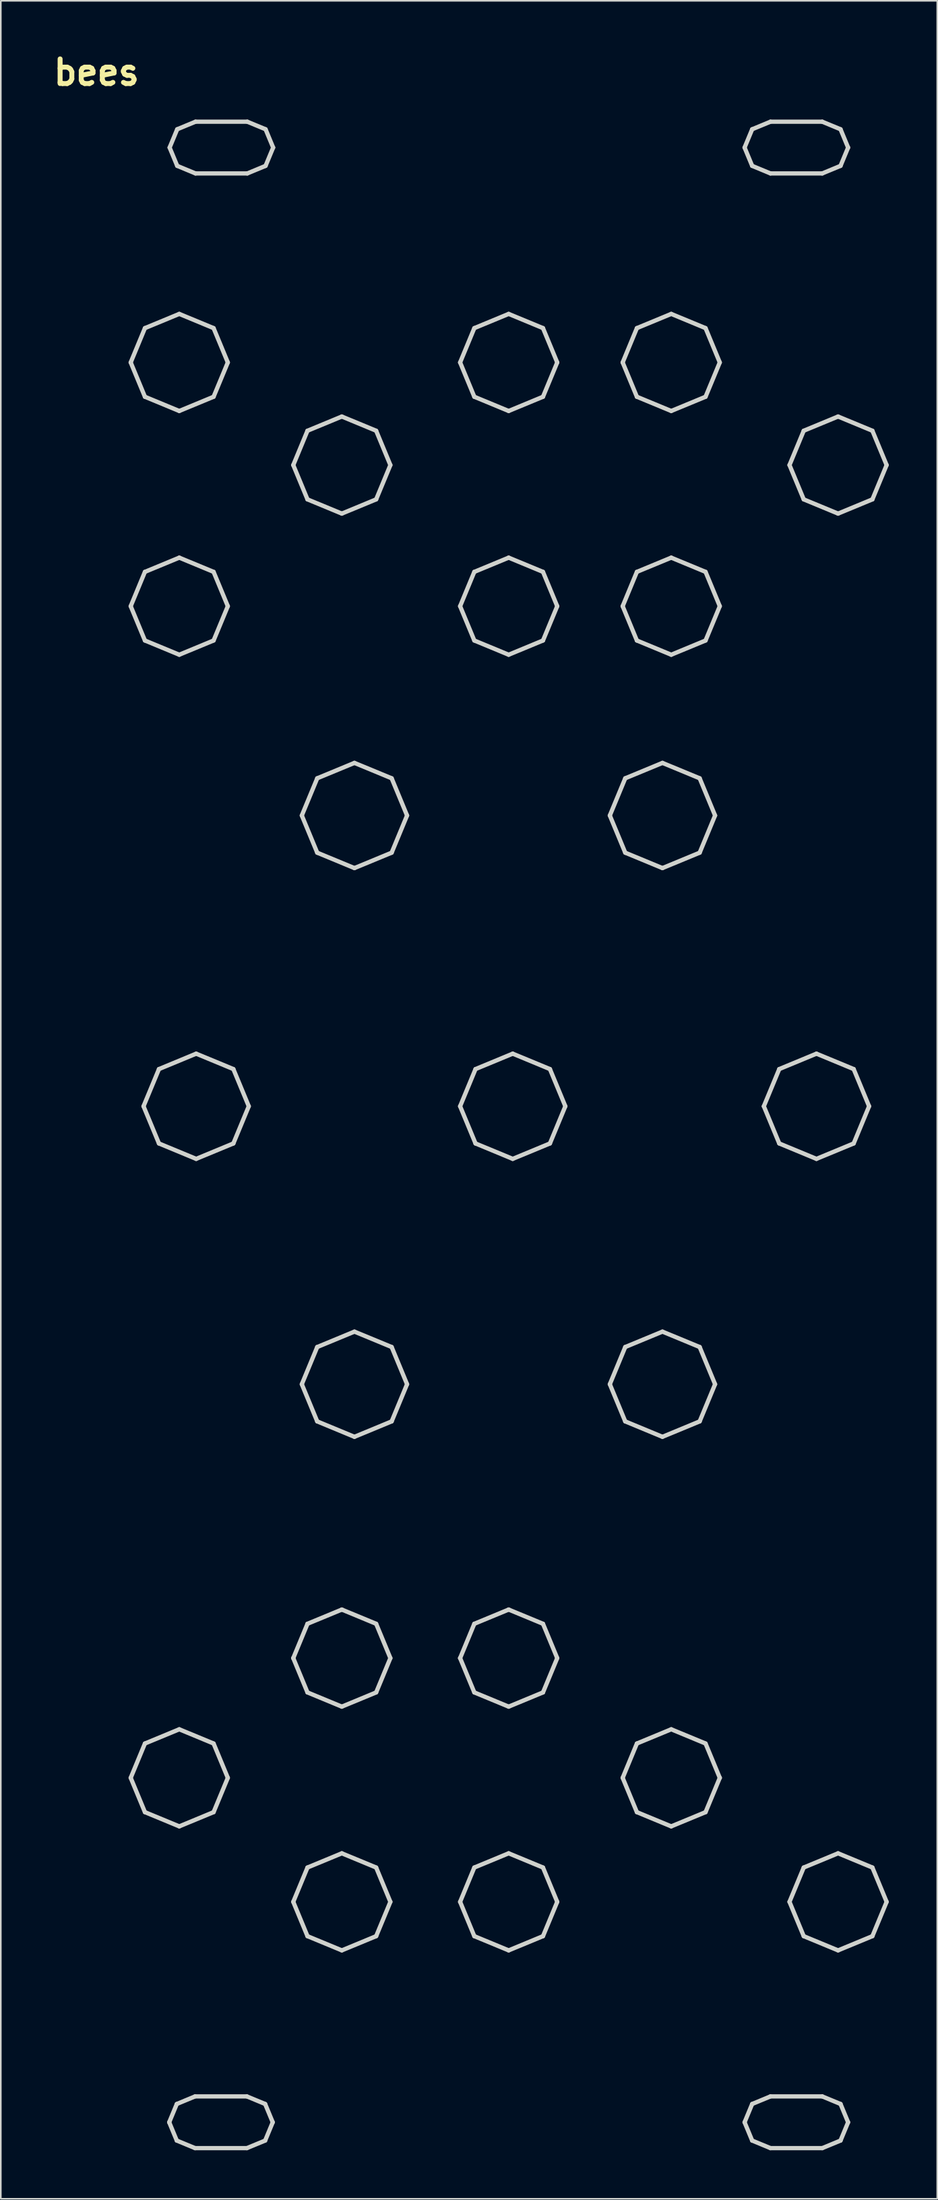
<source format=kicad_pcb>
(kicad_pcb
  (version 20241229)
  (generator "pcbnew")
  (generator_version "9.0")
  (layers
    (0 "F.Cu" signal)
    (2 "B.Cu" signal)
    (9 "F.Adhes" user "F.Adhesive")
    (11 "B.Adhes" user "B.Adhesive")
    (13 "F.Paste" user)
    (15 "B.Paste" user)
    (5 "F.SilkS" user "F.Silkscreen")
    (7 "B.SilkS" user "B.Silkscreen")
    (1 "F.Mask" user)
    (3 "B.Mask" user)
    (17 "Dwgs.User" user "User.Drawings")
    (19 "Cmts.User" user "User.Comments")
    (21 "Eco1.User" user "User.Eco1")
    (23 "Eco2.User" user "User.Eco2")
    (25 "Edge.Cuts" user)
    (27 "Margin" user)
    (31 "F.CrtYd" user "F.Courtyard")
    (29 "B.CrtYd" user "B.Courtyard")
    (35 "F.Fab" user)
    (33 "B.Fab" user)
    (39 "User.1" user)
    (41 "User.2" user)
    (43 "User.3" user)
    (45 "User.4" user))
  (footprint "bees"
    (layer "F.Cu")
    (at 2.917 2.875)
    (property "Reference" "bees" (at 0 -1.448 0) (layer "F.SilkS") (effects (font (size 1.524 1.524) (thickness 0.305))))
    (attr exclude_from_pos_files exclude_from_bom)
    (fp_line (start 2.117 104.003) (end 2.996 106.125) (stroke (width 0.264) (type solid)) (layer "Edge.Cuts"))
    (fp_line (start 2.117 16.486) (end 2.996 14.364) (stroke (width 0.264) (type solid)) (layer "Edge.Cuts"))
    (fp_line (start 2.117 31.557) (end 2.996 29.435) (stroke (width 0.264) (type solid)) (layer "Edge.Cuts"))
    (fp_line (start 2.91 62.478) (end 3.864 60.179) (stroke (width 0.264) (type solid)) (layer "Edge.Cuts"))
    (fp_line (start 2.996 101.881) (end 2.117 104.003) (stroke (width 0.264) (type solid)) (layer "Edge.Cuts"))
    (fp_line (start 2.996 14.364) (end 5.12 13.485) (stroke (width 0.264) (type solid)) (layer "Edge.Cuts"))
    (fp_line (start 2.996 18.608) (end 2.117 16.486) (stroke (width 0.264) (type solid)) (layer "Edge.Cuts"))
    (fp_line (start 2.996 29.435) (end 5.12 28.556) (stroke (width 0.264) (type solid)) (layer "Edge.Cuts"))
    (fp_line (start 2.996 33.679) (end 2.117 31.557) (stroke (width 0.264) (type solid)) (layer "Edge.Cuts"))
    (fp_line (start 2.996 106.125) (end 5.12 107.004) (stroke (width 0.264) (type solid)) (layer "Edge.Cuts"))
    (fp_line (start 3.864 60.179) (end 6.165 59.226) (stroke (width 0.264) (type solid)) (layer "Edge.Cuts"))
    (fp_line (start 3.864 64.778) (end 2.91 62.478) (stroke (width 0.264) (type solid)) (layer "Edge.Cuts"))
    (fp_line (start 4.498 125.301) (end 4.967 124.17) (stroke (width 0.264) (type solid)) (layer "Edge.Cuts"))
    (fp_line (start 4.524 3.199) (end 4.993 2.068) (stroke (width 0.264) (type solid)) (layer "Edge.Cuts"))
    (fp_line (start 4.967 124.17) (end 6.099 123.701) (stroke (width 0.264) (type solid)) (layer "Edge.Cuts"))
    (fp_line (start 4.967 126.432) (end 4.498 125.301) (stroke (width 0.264) (type solid)) (layer "Edge.Cuts"))
    (fp_line (start 4.993 2.068) (end 6.125 1.6) (stroke (width 0.264) (type solid)) (layer "Edge.Cuts"))
    (fp_line (start 4.993 4.33) (end 4.524 3.199) (stroke (width 0.264) (type solid)) (layer "Edge.Cuts"))
    (fp_line (start 5.12 101.002) (end 2.996 101.881) (stroke (width 0.264) (type solid)) (layer "Edge.Cuts"))
    (fp_line (start 5.12 107.004) (end 7.243 106.125) (stroke (width 0.264) (type solid)) (layer "Edge.Cuts"))
    (fp_line (start 5.12 13.485) (end 7.243 14.364) (stroke (width 0.264) (type solid)) (layer "Edge.Cuts"))
    (fp_line (start 5.12 19.487) (end 2.996 18.608) (stroke (width 0.264) (type solid)) (layer "Edge.Cuts"))
    (fp_line (start 5.12 28.556) (end 7.243 29.435) (stroke (width 0.264) (type solid)) (layer "Edge.Cuts"))
    (fp_line (start 5.12 34.558) (end 2.996 33.679) (stroke (width 0.264) (type solid)) (layer "Edge.Cuts"))
    (fp_line (start 6.099 123.701) (end 9.3 123.701) (stroke (width 0.264) (type solid)) (layer "Edge.Cuts"))
    (fp_line (start 6.099 126.9) (end 4.967 126.432) (stroke (width 0.264) (type solid)) (layer "Edge.Cuts"))
    (fp_line (start 6.125 1.6) (end 9.327 1.6) (stroke (width 0.264) (type solid)) (layer "Edge.Cuts"))
    (fp_line (start 6.125 4.799) (end 4.993 4.33) (stroke (width 0.264) (type solid)) (layer "Edge.Cuts"))
    (fp_line (start 6.165 59.226) (end 8.466 60.179) (stroke (width 0.264) (type solid)) (layer "Edge.Cuts"))
    (fp_line (start 6.165 65.731) (end 3.864 64.778) (stroke (width 0.264) (type solid)) (layer "Edge.Cuts"))
    (fp_line (start 7.243 106.125) (end 8.123 104.003) (stroke (width 0.264) (type solid)) (layer "Edge.Cuts"))
    (fp_line (start 7.243 14.364) (end 8.123 16.486) (stroke (width 0.264) (type solid)) (layer "Edge.Cuts"))
    (fp_line (start 7.243 18.608) (end 5.12 19.487) (stroke (width 0.264) (type solid)) (layer "Edge.Cuts"))
    (fp_line (start 7.243 29.435) (end 8.123 31.557) (stroke (width 0.264) (type solid)) (layer "Edge.Cuts"))
    (fp_line (start 7.243 33.679) (end 5.12 34.558) (stroke (width 0.264) (type solid)) (layer "Edge.Cuts"))
    (fp_line (start 7.243 101.881) (end 5.12 101.002) (stroke (width 0.264) (type solid)) (layer "Edge.Cuts"))
    (fp_line (start 8.123 104.003) (end 7.243 101.881) (stroke (width 0.264) (type solid)) (layer "Edge.Cuts"))
    (fp_line (start 8.123 16.486) (end 7.243 18.608) (stroke (width 0.264) (type solid)) (layer "Edge.Cuts"))
    (fp_line (start 8.123 31.557) (end 7.243 33.679) (stroke (width 0.264) (type solid)) (layer "Edge.Cuts"))
    (fp_line (start 8.466 60.179) (end 9.419 62.478) (stroke (width 0.264) (type solid)) (layer "Edge.Cuts"))
    (fp_line (start 8.466 64.778) (end 6.165 65.731) (stroke (width 0.264) (type solid)) (layer "Edge.Cuts"))
    (fp_line (start 9.3 123.701) (end 10.432 124.17) (stroke (width 0.264) (type solid)) (layer "Edge.Cuts"))
    (fp_line (start 9.3 126.9) (end 6.099 126.9) (stroke (width 0.264) (type solid)) (layer "Edge.Cuts"))
    (fp_line (start 9.327 1.6) (end 10.458 2.068) (stroke (width 0.264) (type solid)) (layer "Edge.Cuts"))
    (fp_line (start 9.327 4.799) (end 6.125 4.799) (stroke (width 0.264) (type solid)) (layer "Edge.Cuts"))
    (fp_line (start 9.419 62.478) (end 8.466 64.778) (stroke (width 0.264) (type solid)) (layer "Edge.Cuts"))
    (fp_line (start 10.432 124.17) (end 10.901 125.301) (stroke (width 0.264) (type solid)) (layer "Edge.Cuts"))
    (fp_line (start 10.432 126.432) (end 9.3 126.9) (stroke (width 0.264) (type solid)) (layer "Edge.Cuts"))
    (fp_line (start 10.458 2.068) (end 10.927 3.199) (stroke (width 0.264) (type solid)) (layer "Edge.Cuts"))
    (fp_line (start 10.458 4.33) (end 9.327 4.799) (stroke (width 0.264) (type solid)) (layer "Edge.Cuts"))
    (fp_line (start 10.901 125.301) (end 10.432 126.432) (stroke (width 0.264) (type solid)) (layer "Edge.Cuts"))
    (fp_line (start 10.927 3.199) (end 10.458 4.33) (stroke (width 0.264) (type solid)) (layer "Edge.Cuts"))
    (fp_line (start 12.171 22.831) (end 13.05 20.709) (stroke (width 0.264) (type solid)) (layer "Edge.Cuts"))
    (fp_line (start 12.171 96.6) (end 12.171 96.6) (stroke (width 0.264) (type solid)) (layer "Edge.Cuts"))
    (fp_line (start 12.171 96.6) (end 13.05 98.722) (stroke (width 0.264) (type solid)) (layer "Edge.Cuts"))
    (fp_line (start 12.171 111.671) (end 13.05 113.793) (stroke (width 0.264) (type solid)) (layer "Edge.Cuts"))
    (fp_line (start 12.7 44.499) (end 13.653 42.199) (stroke (width 0.264) (type solid)) (layer "Edge.Cuts"))
    (fp_line (start 12.7 79.665) (end 13.653 77.365) (stroke (width 0.264) (type solid)) (layer "Edge.Cuts"))
    (fp_line (start 13.05 24.953) (end 12.171 22.831) (stroke (width 0.264) (type solid)) (layer "Edge.Cuts"))
    (fp_line (start 13.05 94.478) (end 12.171 96.6) (stroke (width 0.264) (type solid)) (layer "Edge.Cuts"))
    (fp_line (start 13.05 109.549) (end 12.171 111.671) (stroke (width 0.264) (type solid)) (layer "Edge.Cuts"))
    (fp_line (start 13.05 113.793) (end 15.174 114.672) (stroke (width 0.264) (type solid)) (layer "Edge.Cuts"))
    (fp_line (start 13.05 20.709) (end 15.174 19.83) (stroke (width 0.264) (type solid)) (layer "Edge.Cuts"))
    (fp_line (start 13.05 98.722) (end 15.174 99.601) (stroke (width 0.264) (type solid)) (layer "Edge.Cuts"))
    (fp_line (start 13.653 42.199) (end 15.954 41.247) (stroke (width 0.264) (type solid)) (layer "Edge.Cuts"))
    (fp_line (start 13.653 77.365) (end 15.954 76.413) (stroke (width 0.264) (type solid)) (layer "Edge.Cuts"))
    (fp_line (start 13.653 81.964) (end 12.7 79.665) (stroke (width 0.264) (type solid)) (layer "Edge.Cuts"))
    (fp_line (start 13.653 46.799) (end 12.7 44.499) (stroke (width 0.264) (type solid)) (layer "Edge.Cuts"))
    (fp_line (start 15.174 19.83) (end 17.297 20.709) (stroke (width 0.264) (type solid)) (layer "Edge.Cuts"))
    (fp_line (start 15.174 25.832) (end 13.05 24.953) (stroke (width 0.264) (type solid)) (layer "Edge.Cuts"))
    (fp_line (start 15.174 93.599) (end 13.05 94.478) (stroke (width 0.264) (type solid)) (layer "Edge.Cuts"))
    (fp_line (start 15.174 93.599) (end 15.174 93.599) (stroke (width 0.264) (type solid)) (layer "Edge.Cuts"))
    (fp_line (start 15.174 99.601) (end 17.297 98.722) (stroke (width 0.264) (type solid)) (layer "Edge.Cuts"))
    (fp_line (start 15.174 108.67) (end 13.05 109.549) (stroke (width 0.264) (type solid)) (layer "Edge.Cuts"))
    (fp_line (start 15.174 114.672) (end 17.297 113.793) (stroke (width 0.264) (type solid)) (layer "Edge.Cuts"))
    (fp_line (start 15.954 41.247) (end 18.256 42.199) (stroke (width 0.264) (type solid)) (layer "Edge.Cuts"))
    (fp_line (start 15.954 47.751) (end 13.653 46.799) (stroke (width 0.264) (type solid)) (layer "Edge.Cuts"))
    (fp_line (start 15.954 76.413) (end 18.256 77.365) (stroke (width 0.264) (type solid)) (layer "Edge.Cuts"))
    (fp_line (start 15.954 82.917) (end 13.653 81.964) (stroke (width 0.264) (type solid)) (layer "Edge.Cuts"))
    (fp_line (start 17.297 20.709) (end 18.177 22.831) (stroke (width 0.264) (type solid)) (layer "Edge.Cuts"))
    (fp_line (start 17.297 98.722) (end 18.177 96.6) (stroke (width 0.264) (type solid)) (layer "Edge.Cuts"))
    (fp_line (start 17.297 24.953) (end 15.174 25.832) (stroke (width 0.264) (type solid)) (layer "Edge.Cuts"))
    (fp_line (start 17.297 94.478) (end 15.174 93.599) (stroke (width 0.264) (type solid)) (layer "Edge.Cuts"))
    (fp_line (start 17.297 109.549) (end 15.174 108.67) (stroke (width 0.264) (type solid)) (layer "Edge.Cuts"))
    (fp_line (start 17.297 113.793) (end 18.177 111.671) (stroke (width 0.264) (type solid)) (layer "Edge.Cuts"))
    (fp_line (start 18.177 22.831) (end 17.297 24.953) (stroke (width 0.264) (type solid)) (layer "Edge.Cuts"))
    (fp_line (start 18.177 96.6) (end 17.297 94.478) (stroke (width 0.264) (type solid)) (layer "Edge.Cuts"))
    (fp_line (start 18.177 111.671) (end 17.297 109.549) (stroke (width 0.264) (type solid)) (layer "Edge.Cuts"))
    (fp_line (start 18.256 46.799) (end 15.954 47.751) (stroke (width 0.264) (type solid)) (layer "Edge.Cuts"))
    (fp_line (start 18.256 42.199) (end 19.209 44.499) (stroke (width 0.264) (type solid)) (layer "Edge.Cuts"))
    (fp_line (start 18.256 77.365) (end 19.209 79.665) (stroke (width 0.264) (type solid)) (layer "Edge.Cuts"))
    (fp_line (start 18.256 81.964) (end 15.954 82.917) (stroke (width 0.264) (type solid)) (layer "Edge.Cuts"))
    (fp_line (start 19.209 44.499) (end 18.256 46.799) (stroke (width 0.264) (type solid)) (layer "Edge.Cuts"))
    (fp_line (start 19.209 79.665) (end 18.256 81.964) (stroke (width 0.264) (type solid)) (layer "Edge.Cuts"))
    (fp_line (start 22.49 16.486) (end 23.369 14.364) (stroke (width 0.264) (type solid)) (layer "Edge.Cuts"))
    (fp_line (start 22.49 31.557) (end 23.369 29.435) (stroke (width 0.264) (type solid)) (layer "Edge.Cuts"))
    (fp_line (start 22.49 96.6) (end 22.49 96.6) (stroke (width 0.264) (type solid)) (layer "Edge.Cuts"))
    (fp_line (start 22.49 96.6) (end 23.369 98.722) (stroke (width 0.264) (type solid)) (layer "Edge.Cuts"))
    (fp_line (start 22.49 111.671) (end 23.369 113.793) (stroke (width 0.264) (type solid)) (layer "Edge.Cuts"))
    (fp_line (start 22.49 62.478) (end 23.443 60.179) (stroke (width 0.264) (type solid)) (layer "Edge.Cuts"))
    (fp_line (start 23.369 18.608) (end 22.49 16.486) (stroke (width 0.264) (type solid)) (layer "Edge.Cuts"))
    (fp_line (start 23.369 29.435) (end 25.493 28.556) (stroke (width 0.264) (type solid)) (layer "Edge.Cuts"))
    (fp_line (start 23.369 94.478) (end 22.49 96.6) (stroke (width 0.264) (type solid)) (layer "Edge.Cuts"))
    (fp_line (start 23.369 109.549) (end 22.49 111.671) (stroke (width 0.264) (type solid)) (layer "Edge.Cuts"))
    (fp_line (start 23.369 113.793) (end 25.493 114.672) (stroke (width 0.264) (type solid)) (layer "Edge.Cuts"))
    (fp_line (start 23.369 14.364) (end 25.493 13.485) (stroke (width 0.264) (type solid)) (layer "Edge.Cuts"))
    (fp_line (start 23.369 33.679) (end 22.49 31.557) (stroke (width 0.264) (type solid)) (layer "Edge.Cuts"))
    (fp_line (start 23.369 98.722) (end 25.493 99.601) (stroke (width 0.264) (type solid)) (layer "Edge.Cuts"))
    (fp_line (start 23.443 64.778) (end 22.49 62.478) (stroke (width 0.264) (type solid)) (layer "Edge.Cuts"))
    (fp_line (start 23.443 60.179) (end 25.744 59.226) (stroke (width 0.264) (type solid)) (layer "Edge.Cuts"))
    (fp_line (start 25.493 13.485) (end 27.616 14.364) (stroke (width 0.264) (type solid)) (layer "Edge.Cuts"))
    (fp_line (start 25.493 19.487) (end 23.369 18.608) (stroke (width 0.264) (type solid)) (layer "Edge.Cuts"))
    (fp_line (start 25.493 28.556) (end 27.616 29.435) (stroke (width 0.264) (type solid)) (layer "Edge.Cuts"))
    (fp_line (start 25.493 34.558) (end 23.369 33.679) (stroke (width 0.264) (type solid)) (layer "Edge.Cuts"))
    (fp_line (start 25.493 93.599) (end 23.369 94.478) (stroke (width 0.264) (type solid)) (layer "Edge.Cuts"))
    (fp_line (start 25.493 93.599) (end 25.493 93.599) (stroke (width 0.264) (type solid)) (layer "Edge.Cuts"))
    (fp_line (start 25.493 99.601) (end 27.616 98.722) (stroke (width 0.264) (type solid)) (layer "Edge.Cuts"))
    (fp_line (start 25.493 108.67) (end 23.369 109.549) (stroke (width 0.264) (type solid)) (layer "Edge.Cuts"))
    (fp_line (start 25.493 114.672) (end 27.616 113.793) (stroke (width 0.264) (type solid)) (layer "Edge.Cuts"))
    (fp_line (start 25.744 59.226) (end 28.045 60.179) (stroke (width 0.264) (type solid)) (layer "Edge.Cuts"))
    (fp_line (start 25.744 65.731) (end 23.443 64.778) (stroke (width 0.264) (type solid)) (layer "Edge.Cuts"))
    (fp_line (start 27.616 14.364) (end 28.496 16.486) (stroke (width 0.264) (type solid)) (layer "Edge.Cuts"))
    (fp_line (start 27.616 33.679) (end 25.493 34.558) (stroke (width 0.264) (type solid)) (layer "Edge.Cuts"))
    (fp_line (start 27.616 98.722) (end 28.496 96.6) (stroke (width 0.264) (type solid)) (layer "Edge.Cuts"))
    (fp_line (start 27.616 18.608) (end 25.493 19.487) (stroke (width 0.264) (type solid)) (layer "Edge.Cuts"))
    (fp_line (start 27.616 29.435) (end 28.496 31.557) (stroke (width 0.264) (type solid)) (layer "Edge.Cuts"))
    (fp_line (start 27.616 94.478) (end 25.493 93.599) (stroke (width 0.264) (type solid)) (layer "Edge.Cuts"))
    (fp_line (start 27.616 109.549) (end 25.493 108.67) (stroke (width 0.264) (type solid)) (layer "Edge.Cuts"))
    (fp_line (start 27.616 113.793) (end 28.496 111.671) (stroke (width 0.264) (type solid)) (layer "Edge.Cuts"))
    (fp_line (start 28.045 60.179) (end 28.998 62.478) (stroke (width 0.264) (type solid)) (layer "Edge.Cuts"))
    (fp_line (start 28.045 64.778) (end 25.744 65.731) (stroke (width 0.264) (type solid)) (layer "Edge.Cuts"))
    (fp_line (start 28.496 16.486) (end 27.616 18.608) (stroke (width 0.264) (type solid)) (layer "Edge.Cuts"))
    (fp_line (start 28.496 31.557) (end 27.616 33.679) (stroke (width 0.264) (type solid)) (layer "Edge.Cuts"))
    (fp_line (start 28.496 96.6) (end 27.616 94.478) (stroke (width 0.264) (type solid)) (layer "Edge.Cuts"))
    (fp_line (start 28.496 111.671) (end 27.616 109.549) (stroke (width 0.264) (type solid)) (layer "Edge.Cuts"))
    (fp_line (start 28.998 62.478) (end 28.045 64.778) (stroke (width 0.264) (type solid)) (layer "Edge.Cuts"))
    (fp_line (start 31.75 44.499) (end 32.703 42.199) (stroke (width 0.264) (type solid)) (layer "Edge.Cuts"))
    (fp_line (start 31.75 79.665) (end 32.703 77.365) (stroke (width 0.264) (type solid)) (layer "Edge.Cuts"))
    (fp_line (start 32.544 16.486) (end 33.423 14.364) (stroke (width 0.264) (type solid)) (layer "Edge.Cuts"))
    (fp_line (start 32.544 31.557) (end 33.423 29.435) (stroke (width 0.264) (type solid)) (layer "Edge.Cuts"))
    (fp_line (start 32.544 104.003) (end 33.423 106.125) (stroke (width 0.264) (type solid)) (layer "Edge.Cuts"))
    (fp_line (start 32.703 42.199) (end 35.004 41.247) (stroke (width 0.264) (type solid)) (layer "Edge.Cuts"))
    (fp_line (start 32.703 77.365) (end 35.004 76.413) (stroke (width 0.264) (type solid)) (layer "Edge.Cuts"))
    (fp_line (start 32.703 81.964) (end 31.75 79.665) (stroke (width 0.264) (type solid)) (layer "Edge.Cuts"))
    (fp_line (start 32.703 46.799) (end 31.75 44.499) (stroke (width 0.264) (type solid)) (layer "Edge.Cuts"))
    (fp_line (start 33.423 18.608) (end 32.544 16.486) (stroke (width 0.264) (type solid)) (layer "Edge.Cuts"))
    (fp_line (start 33.423 29.435) (end 35.547 28.556) (stroke (width 0.264) (type solid)) (layer "Edge.Cuts"))
    (fp_line (start 33.423 14.364) (end 35.547 13.485) (stroke (width 0.264) (type solid)) (layer "Edge.Cuts"))
    (fp_line (start 33.423 33.679) (end 32.544 31.557) (stroke (width 0.264) (type solid)) (layer "Edge.Cuts"))
    (fp_line (start 33.423 101.881) (end 32.544 104.003) (stroke (width 0.264) (type solid)) (layer "Edge.Cuts"))
    (fp_line (start 33.423 106.125) (end 35.547 107.004) (stroke (width 0.264) (type solid)) (layer "Edge.Cuts"))
    (fp_line (start 35.004 41.247) (end 37.306 42.199) (stroke (width 0.264) (type solid)) (layer "Edge.Cuts"))
    (fp_line (start 35.004 47.751) (end 32.703 46.799) (stroke (width 0.264) (type solid)) (layer "Edge.Cuts"))
    (fp_line (start 35.004 76.413) (end 37.306 77.365) (stroke (width 0.264) (type solid)) (layer "Edge.Cuts"))
    (fp_line (start 35.004 82.917) (end 32.703 81.964) (stroke (width 0.264) (type solid)) (layer "Edge.Cuts"))
    (fp_line (start 35.547 13.485) (end 37.67 14.364) (stroke (width 0.264) (type solid)) (layer "Edge.Cuts"))
    (fp_line (start 35.547 19.487) (end 33.423 18.608) (stroke (width 0.264) (type solid)) (layer "Edge.Cuts"))
    (fp_line (start 35.547 28.556) (end 37.67 29.435) (stroke (width 0.264) (type solid)) (layer "Edge.Cuts"))
    (fp_line (start 35.547 34.558) (end 33.423 33.679) (stroke (width 0.264) (type solid)) (layer "Edge.Cuts"))
    (fp_line (start 35.547 101.002) (end 33.423 101.881) (stroke (width 0.264) (type solid)) (layer "Edge.Cuts"))
    (fp_line (start 35.547 107.004) (end 37.67 106.125) (stroke (width 0.264) (type solid)) (layer "Edge.Cuts"))
    (fp_line (start 37.306 46.799) (end 35.004 47.751) (stroke (width 0.264) (type solid)) (layer "Edge.Cuts"))
    (fp_line (start 37.306 42.199) (end 38.259 44.499) (stroke (width 0.264) (type solid)) (layer "Edge.Cuts"))
    (fp_line (start 37.306 77.365) (end 38.259 79.665) (stroke (width 0.264) (type solid)) (layer "Edge.Cuts"))
    (fp_line (start 37.306 81.964) (end 35.004 82.917) (stroke (width 0.264) (type solid)) (layer "Edge.Cuts"))
    (fp_line (start 37.67 14.364) (end 38.55 16.486) (stroke (width 0.264) (type solid)) (layer "Edge.Cuts"))
    (fp_line (start 37.67 33.679) (end 35.547 34.558) (stroke (width 0.264) (type solid)) (layer "Edge.Cuts"))
    (fp_line (start 37.67 18.608) (end 35.547 19.487) (stroke (width 0.264) (type solid)) (layer "Edge.Cuts"))
    (fp_line (start 37.67 29.435) (end 38.55 31.557) (stroke (width 0.264) (type solid)) (layer "Edge.Cuts"))
    (fp_line (start 37.67 106.125) (end 38.55 104.003) (stroke (width 0.264) (type solid)) (layer "Edge.Cuts"))
    (fp_line (start 37.67 101.881) (end 35.547 101.002) (stroke (width 0.264) (type solid)) (layer "Edge.Cuts"))
    (fp_line (start 38.259 44.499) (end 37.306 46.799) (stroke (width 0.264) (type solid)) (layer "Edge.Cuts"))
    (fp_line (start 38.259 79.665) (end 37.306 81.964) (stroke (width 0.264) (type solid)) (layer "Edge.Cuts"))
    (fp_line (start 38.55 16.486) (end 37.67 18.608) (stroke (width 0.264) (type solid)) (layer "Edge.Cuts"))
    (fp_line (start 38.55 31.557) (end 37.67 33.679) (stroke (width 0.264) (type solid)) (layer "Edge.Cuts"))
    (fp_line (start 38.55 104.003) (end 37.67 101.881) (stroke (width 0.264) (type solid)) (layer "Edge.Cuts"))
    (fp_line (start 38.55 104.003) (end 38.55 104.003) (stroke (width 0.264) (type solid)) (layer "Edge.Cuts"))
    (fp_line (start 40.084 3.199) (end 40.553 2.068) (stroke (width 0.264) (type solid)) (layer "Edge.Cuts"))
    (fp_line (start 40.084 125.301) (end 40.553 124.17) (stroke (width 0.264) (type solid)) (layer "Edge.Cuts"))
    (fp_line (start 40.553 2.068) (end 41.685 1.6) (stroke (width 0.264) (type solid)) (layer "Edge.Cuts"))
    (fp_line (start 40.553 4.33) (end 40.084 3.199) (stroke (width 0.264) (type solid)) (layer "Edge.Cuts"))
    (fp_line (start 40.553 124.17) (end 41.685 123.701) (stroke (width 0.264) (type solid)) (layer "Edge.Cuts"))
    (fp_line (start 40.553 126.432) (end 40.084 125.301) (stroke (width 0.264) (type solid)) (layer "Edge.Cuts"))
    (fp_line (start 41.275 62.478) (end 42.228 60.179) (stroke (width 0.264) (type solid)) (layer "Edge.Cuts"))
    (fp_line (start 41.685 1.6) (end 44.887 1.6) (stroke (width 0.264) (type solid)) (layer "Edge.Cuts"))
    (fp_line (start 41.685 4.799) (end 40.553 4.33) (stroke (width 0.264) (type solid)) (layer "Edge.Cuts"))
    (fp_line (start 41.685 123.701) (end 44.887 123.701) (stroke (width 0.264) (type solid)) (layer "Edge.Cuts"))
    (fp_line (start 41.685 126.9) (end 40.553 126.432) (stroke (width 0.264) (type solid)) (layer "Edge.Cuts"))
    (fp_line (start 42.228 64.778) (end 41.275 62.478) (stroke (width 0.264) (type solid)) (layer "Edge.Cuts"))
    (fp_line (start 42.228 60.179) (end 44.529 59.226) (stroke (width 0.264) (type solid)) (layer "Edge.Cuts"))
    (fp_line (start 42.862 22.831) (end 43.742 20.709) (stroke (width 0.264) (type solid)) (layer "Edge.Cuts"))
    (fp_line (start 42.862 111.671) (end 43.742 113.793) (stroke (width 0.264) (type solid)) (layer "Edge.Cuts"))
    (fp_line (start 43.742 24.953) (end 42.862 22.831) (stroke (width 0.264) (type solid)) (layer "Edge.Cuts"))
    (fp_line (start 43.742 109.549) (end 42.862 111.671) (stroke (width 0.264) (type solid)) (layer "Edge.Cuts"))
    (fp_line (start 43.742 113.793) (end 45.866 114.672) (stroke (width 0.264) (type solid)) (layer "Edge.Cuts"))
    (fp_line (start 43.742 20.709) (end 45.866 19.83) (stroke (width 0.264) (type solid)) (layer "Edge.Cuts"))
    (fp_line (start 44.529 59.226) (end 46.831 60.179) (stroke (width 0.264) (type solid)) (layer "Edge.Cuts"))
    (fp_line (start 44.529 65.731) (end 42.228 64.778) (stroke (width 0.264) (type solid)) (layer "Edge.Cuts"))
    (fp_line (start 44.887 1.6) (end 46.018 2.068) (stroke (width 0.264) (type solid)) (layer "Edge.Cuts"))
    (fp_line (start 44.887 4.799) (end 41.685 4.799) (stroke (width 0.264) (type solid)) (layer "Edge.Cuts"))
    (fp_line (start 44.887 123.701) (end 46.018 124.17) (stroke (width 0.264) (type solid)) (layer "Edge.Cuts"))
    (fp_line (start 44.887 126.9) (end 41.685 126.9) (stroke (width 0.264) (type solid)) (layer "Edge.Cuts"))
    (fp_line (start 45.866 19.83) (end 47.989 20.709) (stroke (width 0.264) (type solid)) (layer "Edge.Cuts"))
    (fp_line (start 45.866 25.832) (end 43.742 24.953) (stroke (width 0.264) (type solid)) (layer "Edge.Cuts"))
    (fp_line (start 45.866 108.67) (end 43.742 109.549) (stroke (width 0.264) (type solid)) (layer "Edge.Cuts"))
    (fp_line (start 45.866 114.672) (end 47.989 113.793) (stroke (width 0.264) (type solid)) (layer "Edge.Cuts"))
    (fp_line (start 46.018 2.068) (end 46.487 3.199) (stroke (width 0.264) (type solid)) (layer "Edge.Cuts"))
    (fp_line (start 46.018 4.33) (end 44.887 4.799) (stroke (width 0.264) (type solid)) (layer "Edge.Cuts"))
    (fp_line (start 46.018 124.17) (end 46.487 125.301) (stroke (width 0.264) (type solid)) (layer "Edge.Cuts"))
    (fp_line (start 46.018 126.432) (end 44.887 126.9) (stroke (width 0.264) (type solid)) (layer "Edge.Cuts"))
    (fp_line (start 46.487 3.199) (end 46.018 4.33) (stroke (width 0.264) (type solid)) (layer "Edge.Cuts"))
    (fp_line (start 46.487 125.301) (end 46.018 126.432) (stroke (width 0.264) (type solid)) (layer "Edge.Cuts"))
    (fp_line (start 46.831 60.179) (end 47.784 62.478) (stroke (width 0.264) (type solid)) (layer "Edge.Cuts"))
    (fp_line (start 46.831 64.778) (end 44.529 65.731) (stroke (width 0.264) (type solid)) (layer "Edge.Cuts"))
    (fp_line (start 47.784 62.478) (end 46.831 64.778) (stroke (width 0.264) (type solid)) (layer "Edge.Cuts"))
    (fp_line (start 47.989 20.709) (end 48.869 22.831) (stroke (width 0.264) (type solid)) (layer "Edge.Cuts"))
    (fp_line (start 47.989 24.953) (end 45.866 25.832) (stroke (width 0.264) (type solid)) (layer "Edge.Cuts"))
    (fp_line (start 47.989 109.549) (end 45.866 108.67) (stroke (width 0.264) (type solid)) (layer "Edge.Cuts"))
    (fp_line (start 47.989 113.793) (end 48.869 111.671) (stroke (width 0.264) (type solid)) (layer "Edge.Cuts"))
    (fp_line (start 48.869 22.831) (end 47.989 24.953) (stroke (width 0.264) (type solid)) (layer "Edge.Cuts"))
    (fp_line (start 48.869 111.671) (end 47.989 109.549) (stroke (width 0.264) (type solid)) (layer "Edge.Cuts")))
  (gr_rect
    (start -3 -3)
    (end 54.918 132.907)
    (stroke (width 0.1) (type default))
    (fill no)
    (layer "Edge.Cuts")))
</source>
